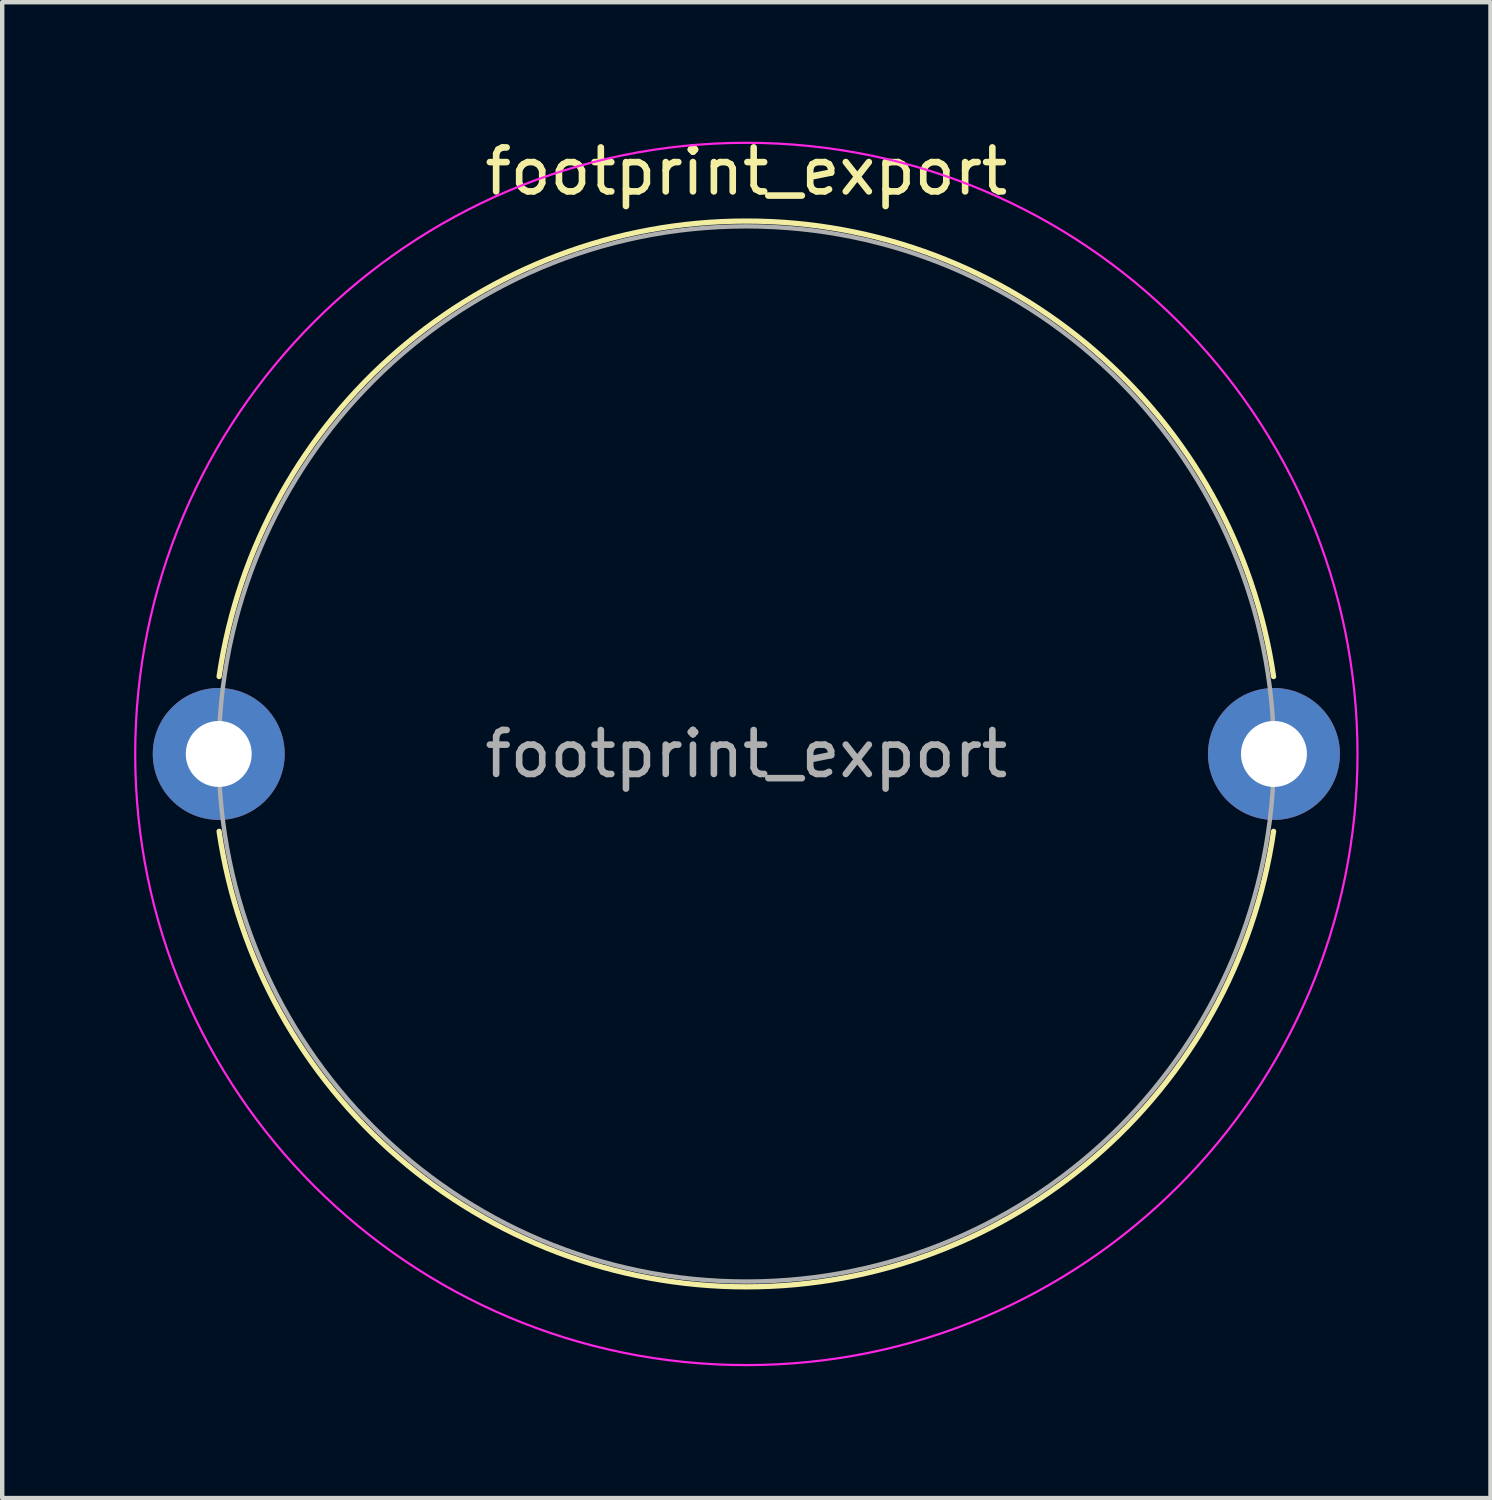
<source format=kicad_pcb>
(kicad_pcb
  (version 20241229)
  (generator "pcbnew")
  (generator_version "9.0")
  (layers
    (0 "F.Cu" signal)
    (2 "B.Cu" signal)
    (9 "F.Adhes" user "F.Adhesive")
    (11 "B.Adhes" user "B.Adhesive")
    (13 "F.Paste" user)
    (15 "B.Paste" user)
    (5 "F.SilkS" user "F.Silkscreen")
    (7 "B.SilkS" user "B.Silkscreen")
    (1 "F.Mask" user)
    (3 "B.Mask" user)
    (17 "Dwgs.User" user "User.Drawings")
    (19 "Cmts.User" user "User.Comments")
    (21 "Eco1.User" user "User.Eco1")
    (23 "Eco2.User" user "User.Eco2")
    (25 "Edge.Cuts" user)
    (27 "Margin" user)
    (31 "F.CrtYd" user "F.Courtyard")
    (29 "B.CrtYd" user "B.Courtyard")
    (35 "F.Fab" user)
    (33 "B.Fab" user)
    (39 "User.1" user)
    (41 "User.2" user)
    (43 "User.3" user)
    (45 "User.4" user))
  (footprint "footprint_export"
    (layer "F.Cu")
    (at 1.925 14.098)
    (property "Reference" "footprint_export" (at 12 -13.25 0) (layer "F.SilkS") (effects (font (size 1 1) (thickness 0.15))))
    (attr through_hole)
    (fp_arc (start 0.00847 -1.76) (mid 12 -12.12) (end 23.99153 -1.76) (stroke (width 0.12) (type solid)) (layer "F.SilkS"))
    (fp_arc (start 23.99153 1.76) (mid 12 12.12) (end 0.00847 1.76) (stroke (width 0.12) (type solid)) (layer "F.SilkS"))
    (fp_circle (center 12 0) (end 25.9 0) (stroke (width 0.05) (type solid)) (fill no) (layer "F.CrtYd"))
    (fp_circle (center 12 0) (end 24 0) (stroke (width 0.1) (type solid)) (fill no) (layer "F.Fab"))
    (fp_text user "${REFERENCE}" (at 12 0 0) (layer "F.Fab") (effects (font (size 1 1) (thickness 0.15))))
    (pad "1" thru_hole circle (at 0 0) (size 3 3) (drill 1.5) (layers "*.Cu" "*.Mask"))
    (pad "2" thru_hole circle (at 24 0) (size 3 3) (drill 1.5) (layers "*.Cu" "*.Mask")))
  (gr_rect
    (start -3 -3)
    (end 30.85 31.023)
    (stroke (width 0.1) (type default))
    (fill no)
    (layer "Edge.Cuts")))
</source>
